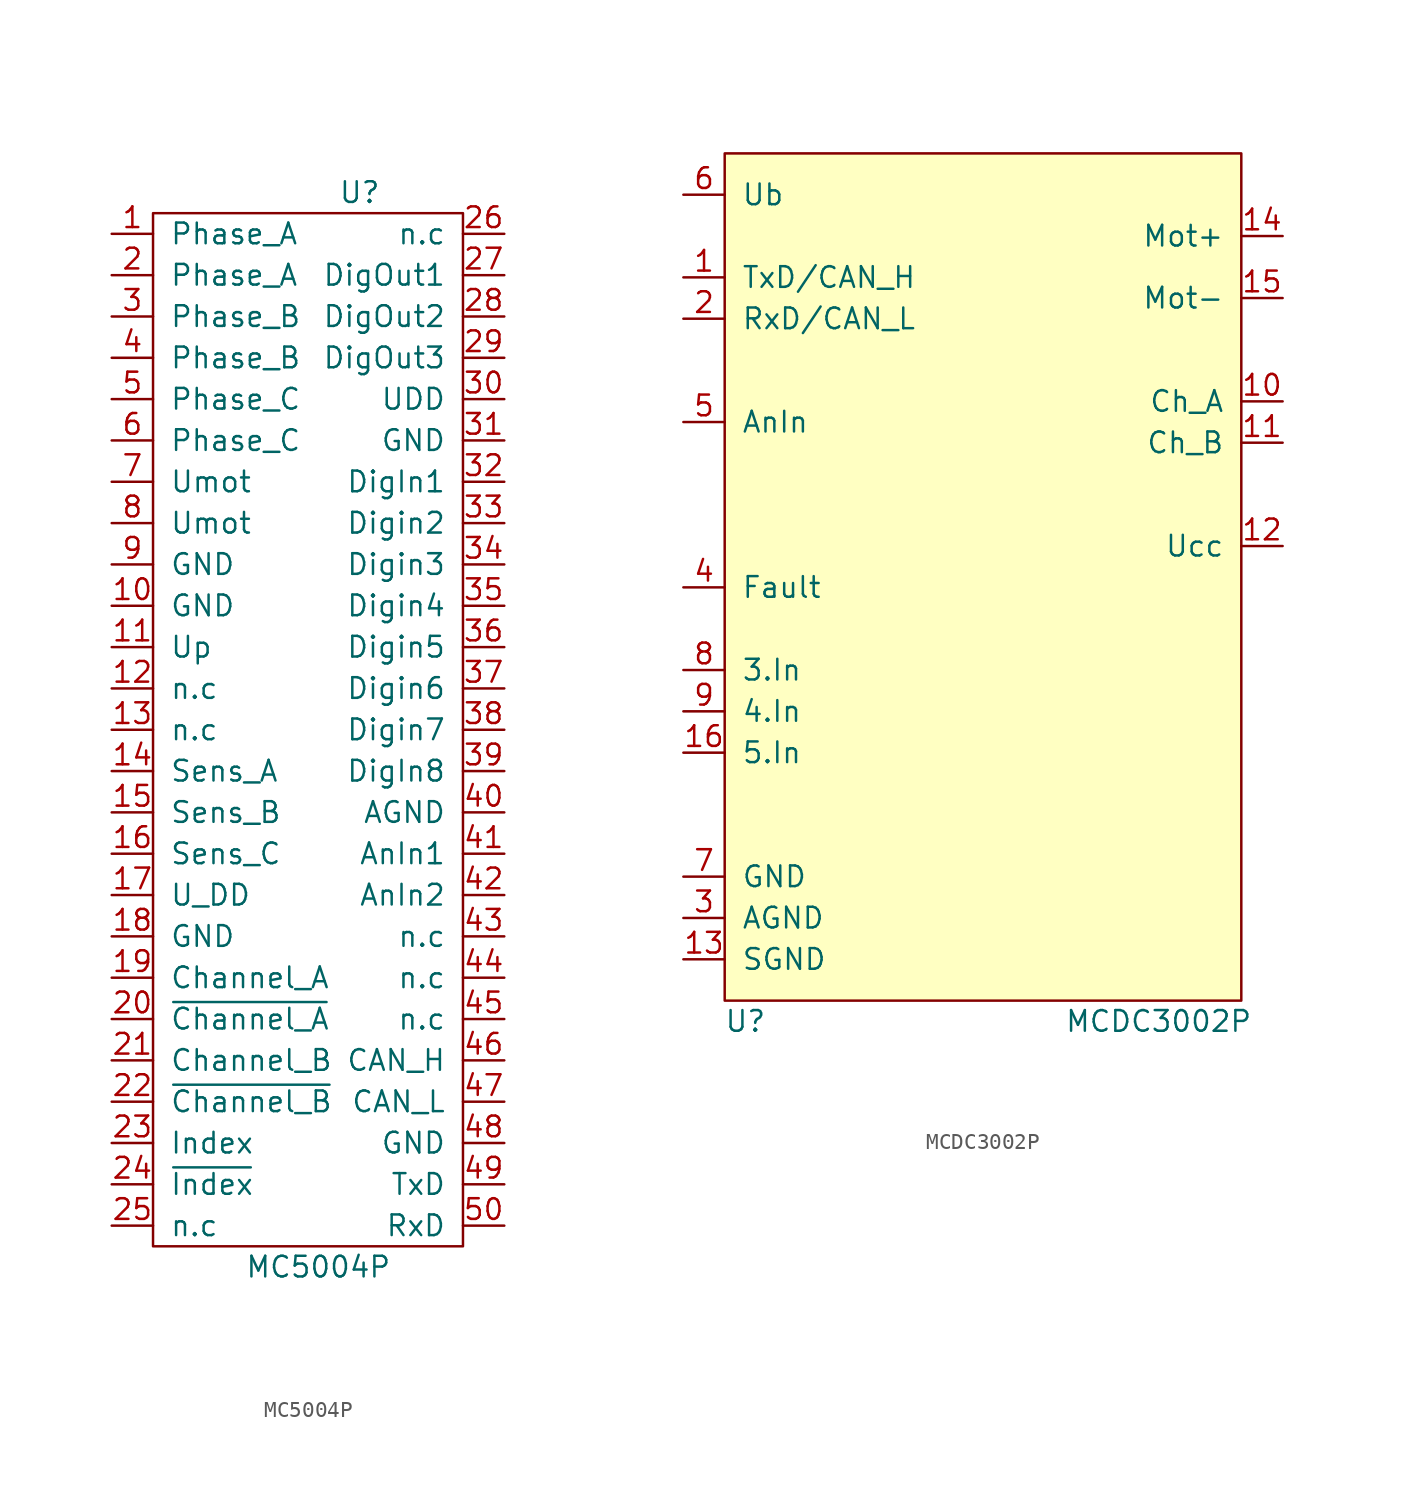
<source format=kicad_sym>
(kicad_symbol_lib
  (version 20231120)
  (generator "kicad_symbol_editor")
  (generator_version "8.0")
  (symbol "MC5004P"
    (pin_names
      (offset 1.016))
    (property "Reference" "U"
      (at 0 16.51 0)
      (effects (font (size 1.27 1.27))))
    (property "Value" "MC5004P"
      (at -2.54 -49.53 0)
      (effects (font (size 1.27 1.27))))
    (symbol "MC5004P_0_1"
      (rectangle (start -12.7 15.24) (end 6.35 -48.26) (stroke (width 0) (type solid)) (fill (type none))))
    (symbol "MC5004P_1_1"
      (pin input line (at -15.24 13.97 0) (length 2.54) (name "Phase_A" (effects (font (size 1.27 1.27)))) (number "1" (effects (font (size 1.27 1.27)))))
      (pin input line (at -15.24 -8.89 0) (length 2.54) (name "GND" (effects (font (size 1.27 1.27)))) (number "10" (effects (font (size 1.27 1.27)))))
      (pin input line (at -15.24 -11.43 0) (length 2.54) (name "Up" (effects (font (size 1.27 1.27)))) (number "11" (effects (font (size 1.27 1.27)))))
      (pin input line (at -15.24 -13.97 0) (length 2.54) (name "n.c" (effects (font (size 1.27 1.27)))) (number "12" (effects (font (size 1.27 1.27)))))
      (pin input line (at -15.24 -16.51 0) (length 2.54) (name "n.c" (effects (font (size 1.27 1.27)))) (number "13" (effects (font (size 1.27 1.27)))))
      (pin input line (at -15.24 -19.05 0) (length 2.54) (name "Sens_A" (effects (font (size 1.27 1.27)))) (number "14" (effects (font (size 1.27 1.27)))))
      (pin input line (at -15.24 -21.59 0) (length 2.54) (name "Sens_B" (effects (font (size 1.27 1.27)))) (number "15" (effects (font (size 1.27 1.27)))))
      (pin input line (at -15.24 -24.13 0) (length 2.54) (name "Sens_C" (effects (font (size 1.27 1.27)))) (number "16" (effects (font (size 1.27 1.27)))))
      (pin input line (at -15.24 -26.67 0) (length 2.54) (name "U_DD" (effects (font (size 1.27 1.27)))) (number "17" (effects (font (size 1.27 1.27)))))
      (pin input line (at -15.24 -29.21 0) (length 2.54) (name "GND" (effects (font (size 1.27 1.27)))) (number "18" (effects (font (size 1.27 1.27)))))
      (pin input line (at -15.24 -31.75 0) (length 2.54) (name "Channel_A" (effects (font (size 1.27 1.27)))) (number "19" (effects (font (size 1.27 1.27)))))
      (pin input line (at -15.24 11.43 0) (length 2.54) (name "Phase_A" (effects (font (size 1.27 1.27)))) (number "2" (effects (font (size 1.27 1.27)))))
      (pin input line (at -15.24 -34.29 0) (length 2.54) (name "~{Channel_A}" (effects (font (size 1.27 1.27)))) (number "20" (effects (font (size 1.27 1.27)))))
      (pin input line (at -15.24 -36.83 0) (length 2.54) (name "Channel_B" (effects (font (size 1.27 1.27)))) (number "21" (effects (font (size 1.27 1.27)))))
      (pin input line (at -15.24 -39.37 0) (length 2.54) (name "~{Channel_B}" (effects (font (size 1.27 1.27)))) (number "22" (effects (font (size 1.27 1.27)))))
      (pin input line (at -15.24 -41.91 0) (length 2.54) (name "Index" (effects (font (size 1.27 1.27)))) (number "23" (effects (font (size 1.27 1.27)))))
      (pin input line (at -15.24 -44.45 0) (length 2.54) (name "~{Index}" (effects (font (size 1.27 1.27)))) (number "24" (effects (font (size 1.27 1.27)))))
      (pin input line (at -15.24 -46.99 0) (length 2.54) (name "n.c" (effects (font (size 1.27 1.27)))) (number "25" (effects (font (size 1.27 1.27)))))
      (pin input line (at 8.89 13.97 180) (length 2.54) (name "n.c" (effects (font (size 1.27 1.27)))) (number "26" (effects (font (size 1.27 1.27)))))
      (pin input line (at 8.89 11.43 180) (length 2.54) (name "DigOut1" (effects (font (size 1.27 1.27)))) (number "27" (effects (font (size 1.27 1.27)))))
      (pin input line (at 8.89 8.89 180) (length 2.54) (name "DigOut2" (effects (font (size 1.27 1.27)))) (number "28" (effects (font (size 1.27 1.27)))))
      (pin input line (at 8.89 6.35 180) (length 2.54) (name "DigOut3" (effects (font (size 1.27 1.27)))) (number "29" (effects (font (size 1.27 1.27)))))
      (pin input line (at -15.24 8.89 0) (length 2.54) (name "Phase_B" (effects (font (size 1.27 1.27)))) (number "3" (effects (font (size 1.27 1.27)))))
      (pin input line (at 8.89 3.81 180) (length 2.54) (name "UDD" (effects (font (size 1.27 1.27)))) (number "30" (effects (font (size 1.27 1.27)))))
      (pin input line (at 8.89 1.27 180) (length 2.54) (name "GND" (effects (font (size 1.27 1.27)))) (number "31" (effects (font (size 1.27 1.27)))))
      (pin input line (at 8.89 -1.27 180) (length 2.54) (name "DigIn1" (effects (font (size 1.27 1.27)))) (number "32" (effects (font (size 1.27 1.27)))))
      (pin input line (at 8.89 -3.81 180) (length 2.54) (name "Digin2" (effects (font (size 1.27 1.27)))) (number "33" (effects (font (size 1.27 1.27)))))
      (pin input line (at 8.89 -6.35 180) (length 2.54) (name "Digin3" (effects (font (size 1.27 1.27)))) (number "34" (effects (font (size 1.27 1.27)))))
      (pin input line (at 8.89 -8.89 180) (length 2.54) (name "Digin4" (effects (font (size 1.27 1.27)))) (number "35" (effects (font (size 1.27 1.27)))))
      (pin input line (at 8.89 -11.43 180) (length 2.54) (name "Digin5" (effects (font (size 1.27 1.27)))) (number "36" (effects (font (size 1.27 1.27)))))
      (pin input line (at 8.89 -13.97 180) (length 2.54) (name "Digin6" (effects (font (size 1.27 1.27)))) (number "37" (effects (font (size 1.27 1.27)))))
      (pin input line (at 8.89 -16.51 180) (length 2.54) (name "Digin7" (effects (font (size 1.27 1.27)))) (number "38" (effects (font (size 1.27 1.27)))))
      (pin input line (at 8.89 -19.05 180) (length 2.54) (name "DigIn8" (effects (font (size 1.27 1.27)))) (number "39" (effects (font (size 1.27 1.27)))))
      (pin input line (at -15.24 6.35 0) (length 2.54) (name "Phase_B" (effects (font (size 1.27 1.27)))) (number "4" (effects (font (size 1.27 1.27)))))
      (pin input line (at 8.89 -21.59 180) (length 2.54) (name "AGND" (effects (font (size 1.27 1.27)))) (number "40" (effects (font (size 1.27 1.27)))))
      (pin input line (at 8.89 -24.13 180) (length 2.54) (name "AnIn1" (effects (font (size 1.27 1.27)))) (number "41" (effects (font (size 1.27 1.27)))))
      (pin input line (at 8.89 -26.67 180) (length 2.54) (name "AnIn2" (effects (font (size 1.27 1.27)))) (number "42" (effects (font (size 1.27 1.27)))))
      (pin input line (at 8.89 -29.21 180) (length 2.54) (name "n.c" (effects (font (size 1.27 1.27)))) (number "43" (effects (font (size 1.27 1.27)))))
      (pin input line (at 8.89 -31.75 180) (length 2.54) (name "n.c" (effects (font (size 1.27 1.27)))) (number "44" (effects (font (size 1.27 1.27)))))
      (pin input line (at 8.89 -34.29 180) (length 2.54) (name "n.c" (effects (font (size 1.27 1.27)))) (number "45" (effects (font (size 1.27 1.27)))))
      (pin input line (at 8.89 -36.83 180) (length 2.54) (name "CAN_H" (effects (font (size 1.27 1.27)))) (number "46" (effects (font (size 1.27 1.27)))))
      (pin input line (at 8.89 -39.37 180) (length 2.54) (name "CAN_L" (effects (font (size 1.27 1.27)))) (number "47" (effects (font (size 1.27 1.27)))))
      (pin input line (at 8.89 -41.91 180) (length 2.54) (name "GND" (effects (font (size 1.27 1.27)))) (number "48" (effects (font (size 1.27 1.27)))))
      (pin input line (at 8.89 -44.45 180) (length 2.54) (name "TxD" (effects (font (size 1.27 1.27)))) (number "49" (effects (font (size 1.27 1.27)))))
      (pin input line (at -15.24 3.81 0) (length 2.54) (name "Phase_C" (effects (font (size 1.27 1.27)))) (number "5" (effects (font (size 1.27 1.27)))))
      (pin input line (at 8.89 -46.99 180) (length 2.54) (name "RxD" (effects (font (size 1.27 1.27)))) (number "50" (effects (font (size 1.27 1.27)))))
      (pin input line (at -15.24 1.27 0) (length 2.54) (name "Phase_C" (effects (font (size 1.27 1.27)))) (number "6" (effects (font (size 1.27 1.27)))))
      (pin input line (at -15.24 -1.27 0) (length 2.54) (name "Umot" (effects (font (size 1.27 1.27)))) (number "7" (effects (font (size 1.27 1.27)))))
      (pin input line (at -15.24 -3.81 0) (length 2.54) (name "Umot" (effects (font (size 1.27 1.27)))) (number "8" (effects (font (size 1.27 1.27)))))
      (pin input line (at -15.24 -6.35 0) (length 2.54) (name "GND" (effects (font (size 1.27 1.27)))) (number "9" (effects (font (size 1.27 1.27)))))))
  (symbol "MCDC3002P"
    (pin_names
      (offset 1.016))
    (property "Reference" "U"
      (at -13.97 -27.94 0)
      (effects (font (size 1.27 1.27))))
    (property "Value" "MCDC3002P"
      (at 11.43 -27.94 0)
      (effects (font (size 1.27 1.27))))
    (symbol "MCDC3002P_0_1"
      (rectangle (start -15.24 25.4) (end 16.51 -26.67) (stroke (width 0) (type solid)) (fill (type background))))
    (symbol "MCDC3002P_1_1"
      (pin input line (at -17.78 17.78 0) (length 2.54) (name "TxD/CAN_H" (effects (font (size 1.27 1.27)))) (number "1" (effects (font (size 1.27 1.27)))))
      (pin input line (at 19.05 10.16 180) (length 2.54) (name "Ch_A" (effects (font (size 1.27 1.27)))) (number "10" (effects (font (size 1.27 1.27)))))
      (pin input line (at 19.05 7.62 180) (length 2.54) (name "Ch_B" (effects (font (size 1.27 1.27)))) (number "11" (effects (font (size 1.27 1.27)))))
      (pin input line (at 19.05 1.27 180) (length 2.54) (name "Ucc" (effects (font (size 1.27 1.27)))) (number "12" (effects (font (size 1.27 1.27)))))
      (pin input line (at -17.78 -24.13 0) (length 2.54) (name "SGND" (effects (font (size 1.27 1.27)))) (number "13" (effects (font (size 1.27 1.27)))))
      (pin input line (at 19.05 20.32 180) (length 2.54) (name "Mot+" (effects (font (size 1.27 1.27)))) (number "14" (effects (font (size 1.27 1.27)))))
      (pin input line (at 19.05 16.51 180) (length 2.54) (name "Mot-" (effects (font (size 1.27 1.27)))) (number "15" (effects (font (size 1.27 1.27)))))
      (pin input line (at -17.78 -11.43 0) (length 2.54) (name "5.In" (effects (font (size 1.27 1.27)))) (number "16" (effects (font (size 1.27 1.27)))))
      (pin input line (at -17.78 15.24 0) (length 2.54) (name "RxD/CAN_L" (effects (font (size 1.27 1.27)))) (number "2" (effects (font (size 1.27 1.27)))))
      (pin input line (at -17.78 -21.59 0) (length 2.54) (name "AGND" (effects (font (size 1.27 1.27)))) (number "3" (effects (font (size 1.27 1.27)))))
      (pin input line (at -17.78 -1.27 0) (length 2.54) (name "Fault" (effects (font (size 1.27 1.27)))) (number "4" (effects (font (size 1.27 1.27)))))
      (pin input line (at -17.78 8.89 0) (length 2.54) (name "AnIn" (effects (font (size 1.27 1.27)))) (number "5" (effects (font (size 1.27 1.27)))))
      (pin input line (at -17.78 22.86 0) (length 2.54) (name "Ub" (effects (font (size 1.27 1.27)))) (number "6" (effects (font (size 1.27 1.27)))))
      (pin input line (at -17.78 -19.05 0) (length 2.54) (name "GND" (effects (font (size 1.27 1.27)))) (number "7" (effects (font (size 1.27 1.27)))))
      (pin input line (at -17.78 -6.35 0) (length 2.54) (name "3.In" (effects (font (size 1.27 1.27)))) (number "8" (effects (font (size 1.27 1.27)))))
      (pin input line (at -17.78 -8.89 0) (length 2.54) (name "4.In" (effects (font (size 1.27 1.27)))) (number "9" (effects (font (size 1.27 1.27))))))))
</source>
